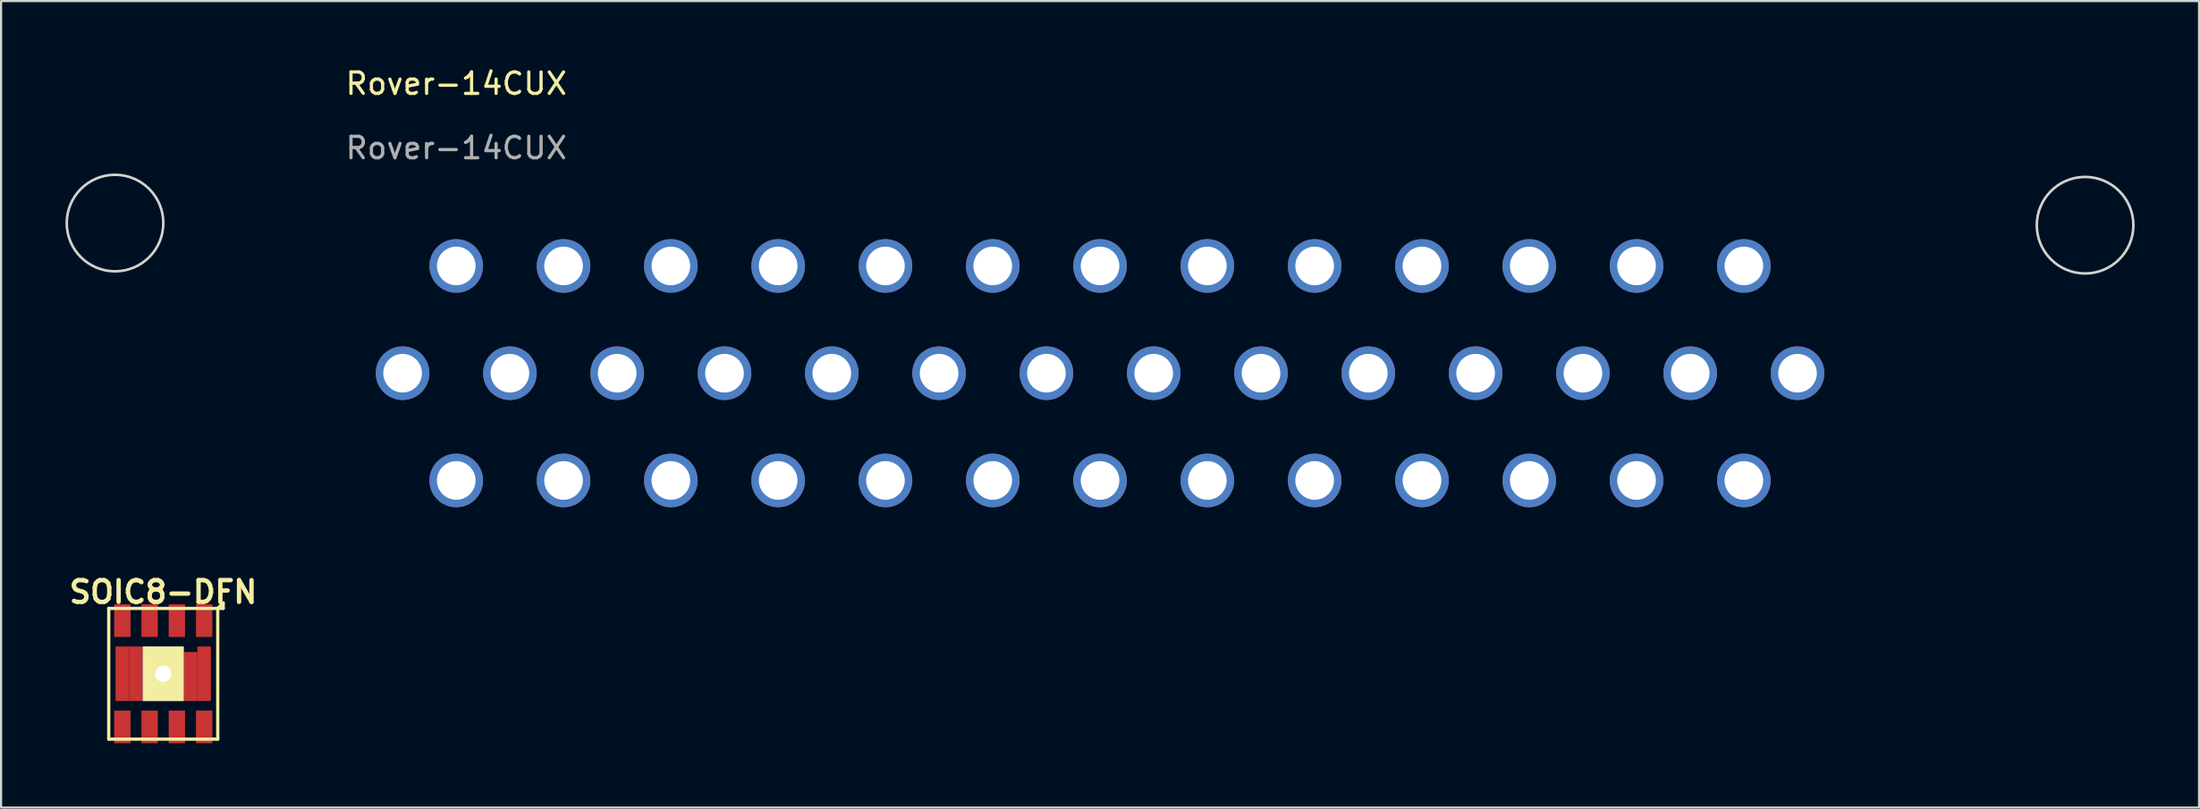
<source format=kicad_pcb>
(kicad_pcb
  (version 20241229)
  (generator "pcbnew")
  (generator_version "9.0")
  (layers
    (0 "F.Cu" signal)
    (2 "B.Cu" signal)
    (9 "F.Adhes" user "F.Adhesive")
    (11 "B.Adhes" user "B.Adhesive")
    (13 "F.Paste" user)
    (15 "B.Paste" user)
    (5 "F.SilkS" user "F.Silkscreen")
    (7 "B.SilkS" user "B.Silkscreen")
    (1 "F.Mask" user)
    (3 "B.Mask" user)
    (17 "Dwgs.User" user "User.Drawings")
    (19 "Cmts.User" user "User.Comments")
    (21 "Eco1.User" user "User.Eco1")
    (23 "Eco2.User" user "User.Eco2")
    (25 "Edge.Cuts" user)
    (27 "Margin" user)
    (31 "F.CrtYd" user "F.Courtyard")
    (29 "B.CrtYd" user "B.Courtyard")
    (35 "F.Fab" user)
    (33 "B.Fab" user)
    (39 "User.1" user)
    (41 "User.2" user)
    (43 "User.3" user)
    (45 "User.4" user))
  (footprint "SOIC8-DFN"
    (layer "F.Cu")
    (at 4.557 28.359)
    (property "Reference" "SOIC8-DFN" (at 0 -3.81 0) (layer "F.SilkS") (effects (font (size 1.016 1.016) (thickness 0.203))))
    (attr smd)
    (fp_line (start -2.54 -3.048) (end 2.54 -3.048) (stroke (width 0.15) (type solid)) (layer "F.SilkS"))
    (fp_line (start -2.54 3.048) (end -2.54 -3.048) (stroke (width 0.15) (type solid)) (layer "F.SilkS"))
    (fp_line (start 2.54 -3.048) (end 2.54 3.048) (stroke (width 0.15) (type solid)) (layer "F.SilkS"))
    (fp_line (start 2.54 -3.048) (end 2.794 -3.302) (stroke (width 0.15) (type solid)) (layer "F.SilkS"))
    (fp_line (start 2.54 3.048) (end -2.54 3.048) (stroke (width 0.15) (type solid)) (layer "F.SilkS"))
    (fp_line (start 2.794 -3.302) (end 2.794 -3.048) (stroke (width 0.15) (type solid)) (layer "F.SilkS"))
    (fp_line (start 2.794 -3.048) (end 2.54 -3.048) (stroke (width 0.15) (type solid)) (layer "F.SilkS"))
    (pad "1" smd rect (at 1.905 -2.477) (size 0.762 1.524) (layers "F.Cu" "F.Mask" "F.Paste"))
    (pad "2" smd rect (at 0.635 -2.477) (size 0.762 1.524) (layers "F.Cu" "F.Mask" "F.Paste"))
    (pad "3" smd rect (at -0.635 -2.477) (size 0.762 1.524) (layers "F.Cu" "F.Mask" "F.Paste"))
    (pad "4" smd rect (at -1.905 -2.477) (size 0.762 1.524) (layers "F.Cu" "F.Mask" "F.Paste"))
    (pad "5" smd rect (at -1.905 2.477) (size 0.762 1.524) (layers "F.Cu" "F.Mask" "F.Paste"))
    (pad "6" smd rect (at -0.635 2.477) (size 0.762 1.524) (layers "F.Cu" "F.Mask" "F.Paste"))
    (pad "7" smd rect (at 0.635 2.477) (size 0.762 1.524) (layers "F.Cu" "F.Mask" "F.Paste"))
    (pad "8" smd rect (at 1.905 2.477) (size 0.762 1.524) (layers "F.Cu" "F.Mask" "F.Paste"))
    (pad "9" smd rect (at -1.905 0) (size 0.635 2.54) (layers "F.Cu" "F.Mask" "F.Paste"))
    (pad "9" smd rect (at -1.27 0) (size 0.635 2.54) (layers "F.Cu" "F.Mask" "F.Paste"))
    (pad "9" thru_hole rect (at 0 0) (size 1.905 2.54) (drill 0.762) (layers "*.Mask" "F.Cu" "F.SilkS"))
    (pad "9" smd rect (at 1.27 0.127) (size 0.635 2.286) (layers "F.Cu" "F.Mask" "F.Paste"))
    (pad "9" smd rect (at 1.905 0) (size 0.635 2.54) (layers "F.Cu" "F.Mask" "F.Paste")))
  (footprint "Rover-14CUX"
    (layer "F.Cu")
    (at 18.21 9.348)
    (property "Reference" "Rover-14CUX" (at 0 -8.5 0) (unlocked yes) (layer "F.SilkS") (effects (font (size 1 1) (thickness 0.15))))
    (attr through_hole)
    (fp_circle (center -15.9 -2) (end -13.65 -2) (stroke (width 0.12) (type solid)) (fill no) (layer "Edge.Cuts"))
    (fp_circle (center 75.9 -1.9) (end 78.15 -1.9) (stroke (width 0.12) (type solid)) (fill no) (layer "Edge.Cuts"))
    (fp_line (start -15.9 0) (end -15.9 -2) (stroke (width 0.12) (type solid)) (layer "User.4"))
    (fp_line (start -13 0) (end -15.9 0) (stroke (width 0.12) (type solid)) (layer "User.4"))
    (fp_line (start 0 0) (end -13 0) (stroke (width 0.12) (type solid)) (layer "User.4"))
    (fp_line (start 60 0) (end 73 0) (stroke (width 0.12) (type solid)) (layer "User.4"))
    (fp_line (start 73 0) (end 75.9 0) (stroke (width 0.12) (type solid)) (layer "User.4"))
    (fp_line (start 75.9 0) (end 75.9 -1.9) (stroke (width 0.12) (type solid)) (layer "User.4"))
    (fp_text user "${REFERENCE}" (at 0 -5.5 0) (unlocked yes) (layer "F.Fab") (effects (font (size 1 1) (thickness 0.15))))
    (pad "1" thru_hole circle (at 0 10) (size 2.5 2.5) (drill 1.8) (layers "*.Cu" "*.Mask"))
    (pad "2" thru_hole circle (at 5 10) (size 2.5 2.5) (drill 1.8) (layers "*.Cu" "*.Mask"))
    (pad "3" thru_hole circle (at 10 10) (size 2.5 2.5) (drill 1.8) (layers "*.Cu" "*.Mask"))
    (pad "4" thru_hole circle (at 15 10) (size 2.5 2.5) (drill 1.8) (layers "*.Cu" "*.Mask"))
    (pad "5" thru_hole circle (at 20 10) (size 2.5 2.5) (drill 1.8) (layers "*.Cu" "*.Mask"))
    (pad "6" thru_hole circle (at 25 10) (size 2.5 2.5) (drill 1.8) (layers "*.Cu" "*.Mask"))
    (pad "7" thru_hole circle (at 30 10) (size 2.5 2.5) (drill 1.8) (layers "*.Cu" "*.Mask"))
    (pad "8" thru_hole circle (at 35 10) (size 2.5 2.5) (drill 1.8) (layers "*.Cu" "*.Mask"))
    (pad "9" thru_hole circle (at 40 10) (size 2.5 2.5) (drill 1.8) (layers "*.Cu" "*.Mask"))
    (pad "10" thru_hole circle (at 45 10) (size 2.5 2.5) (drill 1.8) (layers "*.Cu" "*.Mask"))
    (pad "11" thru_hole circle (at 50 10) (size 2.5 2.5) (drill 1.8) (layers "*.Cu" "*.Mask"))
    (pad "12" thru_hole circle (at 55 10) (size 2.5 2.5) (drill 1.8) (layers "*.Cu" "*.Mask"))
    (pad "13" thru_hole circle (at 60 10) (size 2.5 2.5) (drill 1.8) (layers "*.Cu" "*.Mask"))
    (pad "14" thru_hole circle (at 62.5 5) (size 2.5 2.5) (drill 1.8) (layers "*.Cu" "*.Mask"))
    (pad "15" thru_hole circle (at 57.5 5) (size 2.5 2.5) (drill 1.8) (layers "*.Cu" "*.Mask"))
    (pad "16" thru_hole circle (at 52.5 5) (size 2.5 2.5) (drill 1.8) (layers "*.Cu" "*.Mask"))
    (pad "17" thru_hole circle (at 47.5 5) (size 2.5 2.5) (drill 1.8) (layers "*.Cu" "*.Mask"))
    (pad "18" thru_hole circle (at 42.5 5) (size 2.5 2.5) (drill 1.8) (layers "*.Cu" "*.Mask"))
    (pad "19" thru_hole circle (at 37.5 5) (size 2.5 2.5) (drill 1.8) (layers "*.Cu" "*.Mask"))
    (pad "20" thru_hole circle (at 32.5 5) (size 2.5 2.5) (drill 1.8) (layers "*.Cu" "*.Mask"))
    (pad "21" thru_hole circle (at 27.5 5) (size 2.5 2.5) (drill 1.8) (layers "*.Cu" "*.Mask"))
    (pad "22" thru_hole circle (at 22.5 5) (size 2.5 2.5) (drill 1.8) (layers "*.Cu" "*.Mask"))
    (pad "23" thru_hole circle (at 17.5 5) (size 2.5 2.5) (drill 1.8) (layers "*.Cu" "*.Mask"))
    (pad "24" thru_hole circle (at 12.5 5) (size 2.5 2.5) (drill 1.8) (layers "*.Cu" "*.Mask"))
    (pad "25" thru_hole circle (at 7.5 5) (size 2.5 2.5) (drill 1.8) (layers "*.Cu" "*.Mask"))
    (pad "26" thru_hole circle (at 2.5 5) (size 2.5 2.5) (drill 1.8) (layers "*.Cu" "*.Mask"))
    (pad "27" thru_hole circle (at -2.5 5) (size 2.5 2.5) (drill 1.8) (layers "*.Cu" "*.Mask"))
    (pad "28" thru_hole circle (at 0 0) (size 2.5 2.5) (drill 1.8) (layers "*.Cu" "*.Mask"))
    (pad "29" thru_hole circle (at 5 0) (size 2.5 2.5) (drill 1.8) (layers "*.Cu" "*.Mask"))
    (pad "30" thru_hole circle (at 10 0) (size 2.5 2.5) (drill 1.8) (layers "*.Cu" "*.Mask"))
    (pad "31" thru_hole circle (at 15 0) (size 2.5 2.5) (drill 1.8) (layers "*.Cu" "*.Mask"))
    (pad "32" thru_hole circle (at 20 0) (size 2.5 2.5) (drill 1.8) (layers "*.Cu" "*.Mask"))
    (pad "33" thru_hole circle (at 25 0) (size 2.5 2.5) (drill 1.8) (layers "*.Cu" "*.Mask"))
    (pad "34" thru_hole circle (at 30 0) (size 2.5 2.5) (drill 1.8) (layers "*.Cu" "*.Mask"))
    (pad "35" thru_hole circle (at 35 0) (size 2.5 2.5) (drill 1.8) (layers "*.Cu" "*.Mask"))
    (pad "36" thru_hole circle (at 40 0) (size 2.5 2.5) (drill 1.8) (layers "*.Cu" "*.Mask"))
    (pad "37" thru_hole circle (at 45 0) (size 2.5 2.5) (drill 1.8) (layers "*.Cu" "*.Mask"))
    (pad "38" thru_hole circle (at 50 0) (size 2.5 2.5) (drill 1.8) (layers "*.Cu" "*.Mask"))
    (pad "39" thru_hole circle (at 55 0) (size 2.5 2.5) (drill 1.8) (layers "*.Cu" "*.Mask"))
    (pad "40" thru_hole circle (at 60 0) (size 2.5 2.5) (drill 1.8) (layers "*.Cu" "*.Mask")))
  (gr_rect
    (start -3 -3)
    (end 99.42 34.598)
    (stroke (width 0.1) (type default))
    (fill no)
    (layer "Edge.Cuts")))
</source>
